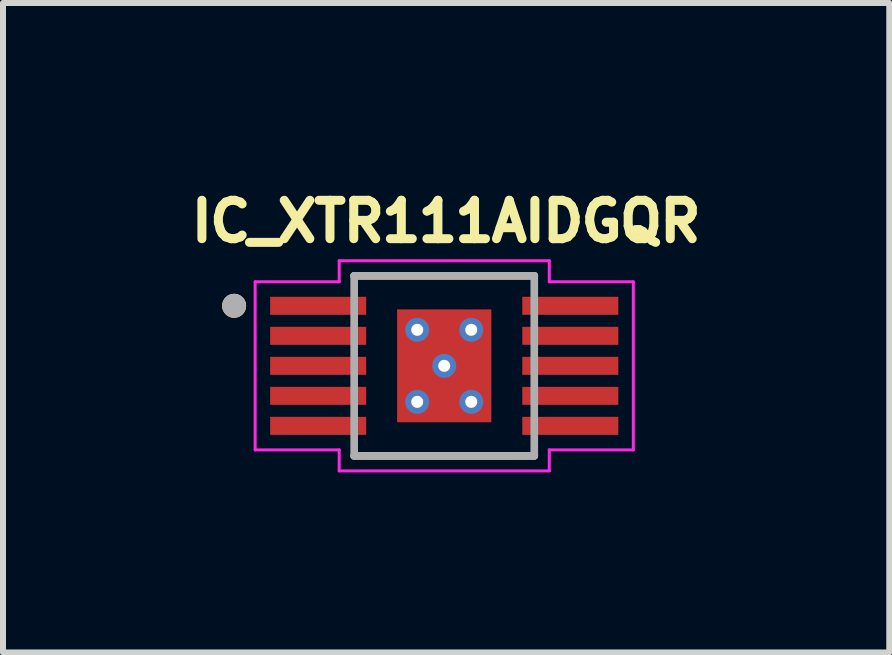
<source format=kicad_pcb>
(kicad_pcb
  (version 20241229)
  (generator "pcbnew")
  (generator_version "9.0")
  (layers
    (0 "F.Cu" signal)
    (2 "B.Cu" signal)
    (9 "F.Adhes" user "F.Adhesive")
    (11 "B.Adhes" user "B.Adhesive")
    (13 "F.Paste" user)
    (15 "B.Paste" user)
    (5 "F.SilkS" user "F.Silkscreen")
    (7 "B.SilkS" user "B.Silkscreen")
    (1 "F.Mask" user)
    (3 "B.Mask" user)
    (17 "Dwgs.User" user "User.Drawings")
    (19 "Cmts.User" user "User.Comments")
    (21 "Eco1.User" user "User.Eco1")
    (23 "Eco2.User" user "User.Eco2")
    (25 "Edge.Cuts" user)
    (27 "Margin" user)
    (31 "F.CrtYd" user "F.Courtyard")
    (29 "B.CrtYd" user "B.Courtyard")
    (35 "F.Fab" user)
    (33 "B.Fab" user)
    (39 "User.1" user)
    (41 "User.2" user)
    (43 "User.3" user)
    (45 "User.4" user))
  (footprint "IC_XTR111AIDGQR"
    (layer "F.Cu")
    (at 4.35 3.044)
    (property "Reference" "IC_XTR111AIDGQR" (at 0.032 -2.406 0) (layer "F.SilkS") (effects (font (size 0.64 0.64) (thickness 0.15))))
    (attr smd)
    (fp_poly (pts (xy -2.95 -1.2) (xy -1.25 -1.2) (xy -1.25 -0.8) (xy -2.95 -0.8)) (stroke (width 0.01) (type solid)) (fill yes) (layer "F.Mask"))
    (fp_poly (pts (xy -2.95 -0.7) (xy -1.25 -0.7) (xy -1.25 -0.3) (xy -2.95 -0.3)) (stroke (width 0.01) (type solid)) (fill yes) (layer "F.Mask"))
    (fp_poly (pts (xy -2.95 -0.2) (xy -1.25 -0.2) (xy -1.25 0.2) (xy -2.95 0.2)) (stroke (width 0.01) (type solid)) (fill yes) (layer "F.Mask"))
    (fp_poly (pts (xy -2.95 0.3) (xy -1.25 0.3) (xy -1.25 0.7) (xy -2.95 0.7)) (stroke (width 0.01) (type solid)) (fill yes) (layer "F.Mask"))
    (fp_poly (pts (xy -2.95 0.8) (xy -1.25 0.8) (xy -1.25 1.2) (xy -2.95 1.2)) (stroke (width 0.01) (type solid)) (fill yes) (layer "F.Mask"))
    (fp_poly (pts (xy 1.25 -1.2) (xy 2.95 -1.2) (xy 2.95 -0.8) (xy 1.25 -0.8)) (stroke (width 0.01) (type solid)) (fill yes) (layer "F.Mask"))
    (fp_poly (pts (xy 1.25 -0.7) (xy 2.95 -0.7) (xy 2.95 -0.3) (xy 1.25 -0.3)) (stroke (width 0.01) (type solid)) (fill yes) (layer "F.Mask"))
    (fp_poly (pts (xy 1.25 -0.2) (xy 2.95 -0.2) (xy 2.95 0.2) (xy 1.25 0.2)) (stroke (width 0.01) (type solid)) (fill yes) (layer "F.Mask"))
    (fp_poly (pts (xy 1.25 0.3) (xy 2.95 0.3) (xy 2.95 0.7) (xy 1.25 0.7)) (stroke (width 0.01) (type solid)) (fill yes) (layer "F.Mask"))
    (fp_poly (pts (xy 1.25 0.8) (xy 2.95 0.8) (xy 2.95 1.2) (xy 1.25 1.2)) (stroke (width 0.01) (type solid)) (fill yes) (layer "F.Mask"))
    (fp_line (start -1.5 1.5) (end 1.5 1.5) (stroke (width 0.127) (type solid)) (layer "F.SilkS"))
    (fp_line (start 1.5 -1.5) (end -1.5 -1.5) (stroke (width 0.127) (type solid)) (layer "F.SilkS"))
    (fp_circle (center -3.5 -1) (end -3.4 -1) (stroke (width 0.2) (type solid)) (fill no) (layer "F.SilkS"))
    (fp_poly (pts (xy -2.875 -1.125) (xy -1.325 -1.125) (xy -1.325 -0.875) (xy -2.875 -0.875)) (stroke (width 0.01) (type solid)) (fill yes) (layer "F.Paste"))
    (fp_poly (pts (xy -2.875 -0.625) (xy -1.325 -0.625) (xy -1.325 -0.375) (xy -2.875 -0.375)) (stroke (width 0.01) (type solid)) (fill yes) (layer "F.Paste"))
    (fp_poly (pts (xy -2.875 -0.125) (xy -1.325 -0.125) (xy -1.325 0.125) (xy -2.875 0.125)) (stroke (width 0.01) (type solid)) (fill yes) (layer "F.Paste"))
    (fp_poly (pts (xy -2.875 0.375) (xy -1.325 0.375) (xy -1.325 0.625) (xy -2.875 0.625)) (stroke (width 0.01) (type solid)) (fill yes) (layer "F.Paste"))
    (fp_poly (pts (xy -2.875 0.875) (xy -1.325 0.875) (xy -1.325 1.125) (xy -2.875 1.125)) (stroke (width 0.01) (type solid)) (fill yes) (layer "F.Paste"))
    (fp_poly (pts (xy 1.325 -1.125) (xy 2.875 -1.125) (xy 2.875 -0.875) (xy 1.325 -0.875)) (stroke (width 0.01) (type solid)) (fill yes) (layer "F.Paste"))
    (fp_poly (pts (xy 1.325 -0.625) (xy 2.875 -0.625) (xy 2.875 -0.375) (xy 1.325 -0.375)) (stroke (width 0.01) (type solid)) (fill yes) (layer "F.Paste"))
    (fp_poly (pts (xy 1.325 -0.125) (xy 2.875 -0.125) (xy 2.875 0.125) (xy 1.325 0.125)) (stroke (width 0.01) (type solid)) (fill yes) (layer "F.Paste"))
    (fp_poly (pts (xy 1.325 0.375) (xy 2.875 0.375) (xy 2.875 0.625) (xy 1.325 0.625)) (stroke (width 0.01) (type solid)) (fill yes) (layer "F.Paste"))
    (fp_poly (pts (xy 1.325 0.875) (xy 2.875 0.875) (xy 2.875 1.125) (xy 1.325 1.125)) (stroke (width 0.01) (type solid)) (fill yes) (layer "F.Paste"))
    (fp_line (start -3.15 -1.4) (end -3.15 1.4) (stroke (width 0.05) (type solid)) (layer "F.CrtYd"))
    (fp_line (start -3.15 1.4) (end -1.75 1.4) (stroke (width 0.05) (type solid)) (layer "F.CrtYd"))
    (fp_line (start -1.75 -1.75) (end -1.75 -1.4) (stroke (width 0.05) (type solid)) (layer "F.CrtYd"))
    (fp_line (start -1.75 -1.4) (end -3.15 -1.4) (stroke (width 0.05) (type solid)) (layer "F.CrtYd"))
    (fp_line (start -1.75 1.4) (end -1.75 1.75) (stroke (width 0.05) (type solid)) (layer "F.CrtYd"))
    (fp_line (start -1.75 1.75) (end 1.75 1.75) (stroke (width 0.05) (type solid)) (layer "F.CrtYd"))
    (fp_line (start 1.75 -1.75) (end -1.75 -1.75) (stroke (width 0.05) (type solid)) (layer "F.CrtYd"))
    (fp_line (start 1.75 -1.4) (end 1.75 -1.75) (stroke (width 0.05) (type solid)) (layer "F.CrtYd"))
    (fp_line (start 1.75 1.4) (end 3.15 1.4) (stroke (width 0.05) (type solid)) (layer "F.CrtYd"))
    (fp_line (start 1.75 1.75) (end 1.75 1.4) (stroke (width 0.05) (type solid)) (layer "F.CrtYd"))
    (fp_line (start 3.15 -1.4) (end 1.75 -1.4) (stroke (width 0.05) (type solid)) (layer "F.CrtYd"))
    (fp_line (start 3.15 1.4) (end 3.15 -1.4) (stroke (width 0.05) (type solid)) (layer "F.CrtYd"))
    (fp_line (start -1.5 -1.5) (end -1.5 1.5) (stroke (width 0.127) (type solid)) (layer "F.Fab"))
    (fp_line (start -1.5 1.5) (end 1.5 1.5) (stroke (width 0.127) (type solid)) (layer "F.Fab"))
    (fp_line (start 1.5 -1.5) (end -1.5 -1.5) (stroke (width 0.127) (type solid)) (layer "F.Fab"))
    (fp_line (start 1.5 1.5) (end 1.5 -1.5) (stroke (width 0.127) (type solid)) (layer "F.Fab"))
    (fp_circle (center -3.5 -1) (end -3.4 -1) (stroke (width 0.2) (type solid)) (fill no) (layer "F.Fab"))
    (pad "1" smd rect (at -2.1 -1) (size 1.6 0.3) (layers "F.Cu"))
    (pad "2" smd rect (at -2.1 -0.5) (size 1.6 0.3) (layers "F.Cu"))
    (pad "3" smd rect (at -2.1 0) (size 1.6 0.3) (layers "F.Cu"))
    (pad "4" smd rect (at -2.1 0.5) (size 1.6 0.3) (layers "F.Cu"))
    (pad "5" smd rect (at -2.1 1) (size 1.6 0.3) (layers "F.Cu"))
    (pad "6" smd rect (at 2.1 1) (size 1.6 0.3) (layers "F.Cu"))
    (pad "7" smd rect (at 2.1 0.5) (size 1.6 0.3) (layers "F.Cu"))
    (pad "8" smd rect (at 2.1 0) (size 1.6 0.3) (layers "F.Cu"))
    (pad "9" smd rect (at 2.1 -0.5) (size 1.6 0.3) (layers "F.Cu"))
    (pad "10" smd rect (at 2.1 -1) (size 1.6 0.3) (layers "F.Cu"))
    (pad "11" smd rect (at 0 0) (size 1.57 1.88) (layers "F.Cu" "F.Mask" "F.Paste"))
    (pad "12" thru_hole circle (at -0.45 -0.6) (size 0.4 0.4) (drill 0.2) (layers "*.Cu"))
    (pad "13" thru_hole circle (at 0.45 -0.6) (size 0.4 0.4) (drill 0.2) (layers "*.Cu"))
    (pad "14" thru_hole circle (at 0 0) (size 0.4 0.4) (drill 0.2) (layers "*.Cu"))
    (pad "15" thru_hole circle (at -0.45 0.6) (size 0.4 0.4) (drill 0.2) (layers "*.Cu"))
    (pad "16" thru_hole circle (at 0.45 0.6) (size 0.4 0.4) (drill 0.2) (layers "*.Cu")))
  (gr_rect
    (start -3 -3)
    (end 11.764 7.819)
    (stroke (width 0.1) (type default))
    (fill no)
    (layer "Edge.Cuts")))
</source>
